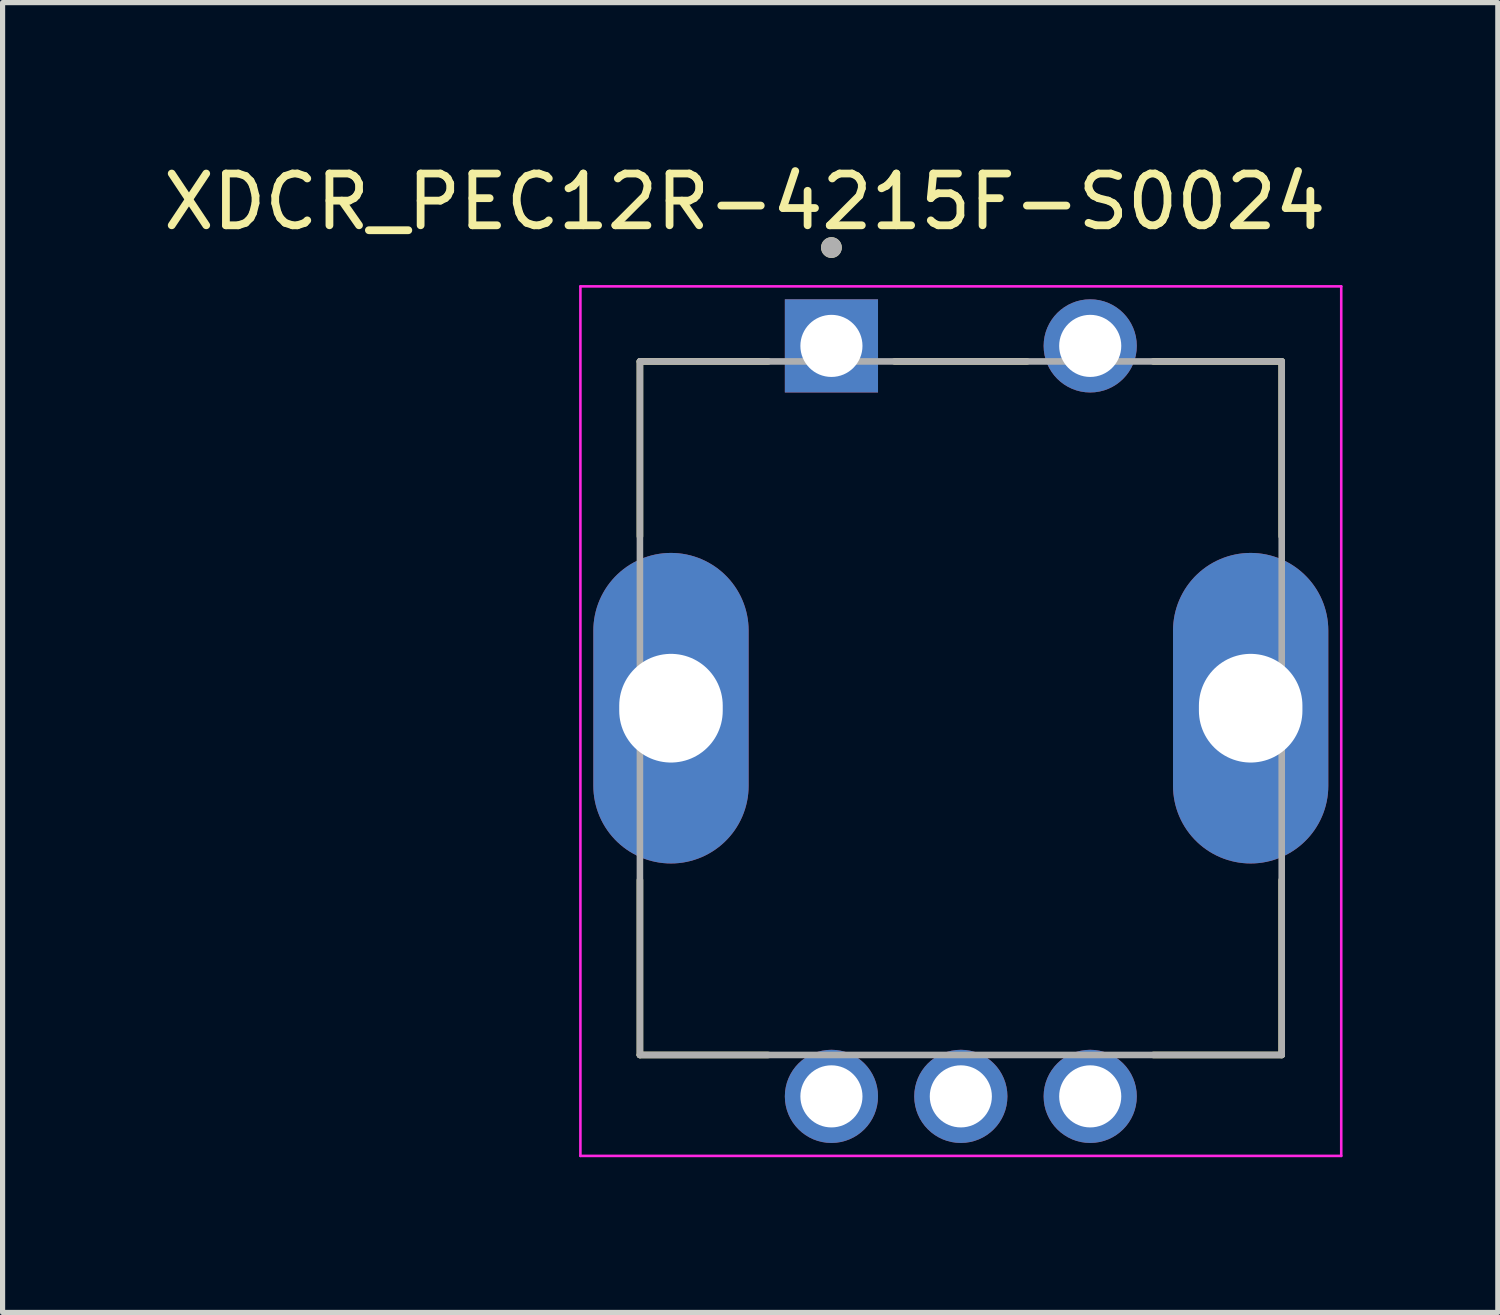
<source format=kicad_pcb>
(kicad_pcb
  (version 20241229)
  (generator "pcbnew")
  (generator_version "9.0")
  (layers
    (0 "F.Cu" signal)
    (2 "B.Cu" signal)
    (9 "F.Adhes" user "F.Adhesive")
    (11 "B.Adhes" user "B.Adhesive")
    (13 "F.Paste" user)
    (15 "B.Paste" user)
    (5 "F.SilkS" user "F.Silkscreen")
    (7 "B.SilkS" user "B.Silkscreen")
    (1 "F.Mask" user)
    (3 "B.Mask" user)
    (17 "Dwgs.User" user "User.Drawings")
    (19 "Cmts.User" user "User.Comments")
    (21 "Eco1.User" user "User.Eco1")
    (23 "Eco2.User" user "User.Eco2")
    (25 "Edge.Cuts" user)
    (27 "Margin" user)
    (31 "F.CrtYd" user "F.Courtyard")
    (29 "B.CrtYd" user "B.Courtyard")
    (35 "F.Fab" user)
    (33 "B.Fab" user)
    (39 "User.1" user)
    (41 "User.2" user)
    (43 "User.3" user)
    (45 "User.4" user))
  (footprint "XDCR_PEC12R-4215F-S0024"
    (layer "F.Cu")
    (at 15.514 10.633)
    (property "Reference" "XDCR_PEC12R-4215F-S0024" (at -4.175 -9.785 0) (layer "F.SilkS") (effects (font (size 1 1) (thickness 0.15))))
    (attr through_hole)
    (fp_line (start -6.2 -6.7) (end -3.72 -6.7) (stroke (width 0.127) (type solid)) (layer "F.SilkS"))
    (fp_line (start -6.2 -3.32) (end -6.2 -6.7) (stroke (width 0.127) (type solid)) (layer "F.SilkS"))
    (fp_line (start -6.2 6.7) (end -6.2 3.32) (stroke (width 0.127) (type solid)) (layer "F.SilkS"))
    (fp_line (start -3.72 6.7) (end -6.2 6.7) (stroke (width 0.127) (type solid)) (layer "F.SilkS"))
    (fp_line (start -1.28 -6.7) (end 1.28 -6.7) (stroke (width 0.127) (type solid)) (layer "F.SilkS"))
    (fp_line (start 3.72 -6.7) (end 6.2 -6.7) (stroke (width 0.127) (type solid)) (layer "F.SilkS"))
    (fp_line (start 6.2 -6.7) (end 6.2 -3.32) (stroke (width 0.127) (type solid)) (layer "F.SilkS"))
    (fp_line (start 6.2 6.7) (end 3.72 6.7) (stroke (width 0.127) (type solid)) (layer "F.SilkS"))
    (fp_line (start 6.2 6.7) (end 6.2 3.32) (stroke (width 0.127) (type solid)) (layer "F.SilkS"))
    (fp_circle (center -2.5 -8.9) (end -2.4 -8.9) (stroke (width 0.2) (type solid)) (fill no) (layer "F.SilkS"))
    (fp_line (start -7.35 -8.15) (end -7.35 8.65) (stroke (width 0.05) (type solid)) (layer "F.CrtYd"))
    (fp_line (start -7.35 8.65) (end 7.35 8.65) (stroke (width 0.05) (type solid)) (layer "F.CrtYd"))
    (fp_line (start 7.35 -8.15) (end -7.35 -8.15) (stroke (width 0.05) (type solid)) (layer "F.CrtYd"))
    (fp_line (start 7.35 8.65) (end 7.35 -8.15) (stroke (width 0.05) (type solid)) (layer "F.CrtYd"))
    (fp_line (start -6.2 -6.7) (end 6.2 -6.7) (stroke (width 0.127) (type solid)) (layer "F.Fab"))
    (fp_line (start -6.2 6.7) (end -6.2 -6.7) (stroke (width 0.127) (type solid)) (layer "F.Fab"))
    (fp_line (start 6.2 -6.7) (end 6.2 6.7) (stroke (width 0.127) (type solid)) (layer "F.Fab"))
    (fp_line (start 6.2 6.7) (end -6.2 6.7) (stroke (width 0.127) (type solid)) (layer "F.Fab"))
    (fp_circle (center -2.5 -8.9) (end -2.4 -8.9) (stroke (width 0.2) (type solid)) (fill no) (layer "F.Fab"))
    (pad "1" thru_hole rect (at -2.5 -7) (size 1.8 1.8) (drill 1.2) (layers "*.Cu" "*.Mask"))
    (pad "2" thru_hole circle (at 2.5 -7) (size 1.8 1.8) (drill 1.2) (layers "*.Cu" "*.Mask"))
    (pad "A" thru_hole circle (at -2.5 7.5) (size 1.8 1.8) (drill 1.2) (layers "*.Cu" "*.Mask"))
    (pad "B" thru_hole circle (at 2.5 7.5) (size 1.8 1.8) (drill 1.2) (layers "*.Cu" "*.Mask"))
    (pad "C" thru_hole circle (at 0 7.5) (size 1.8 1.8) (drill 1.2) (layers "*.Cu" "*.Mask"))
    (pad "S1" thru_hole oval (at -5.6 0) (size 3 6) (drill oval 2 2.1) (layers "*.Cu" "*.Mask"))
    (pad "S2" thru_hole oval (at 5.6 0) (size 3 6) (drill oval 2 2.1) (layers "*.Cu" "*.Mask")))
  (gr_rect
    (start -3 -3)
    (end 25.889 22.308)
    (stroke (width 0.1) (type default))
    (fill no)
    (layer "Edge.Cuts")))
</source>
